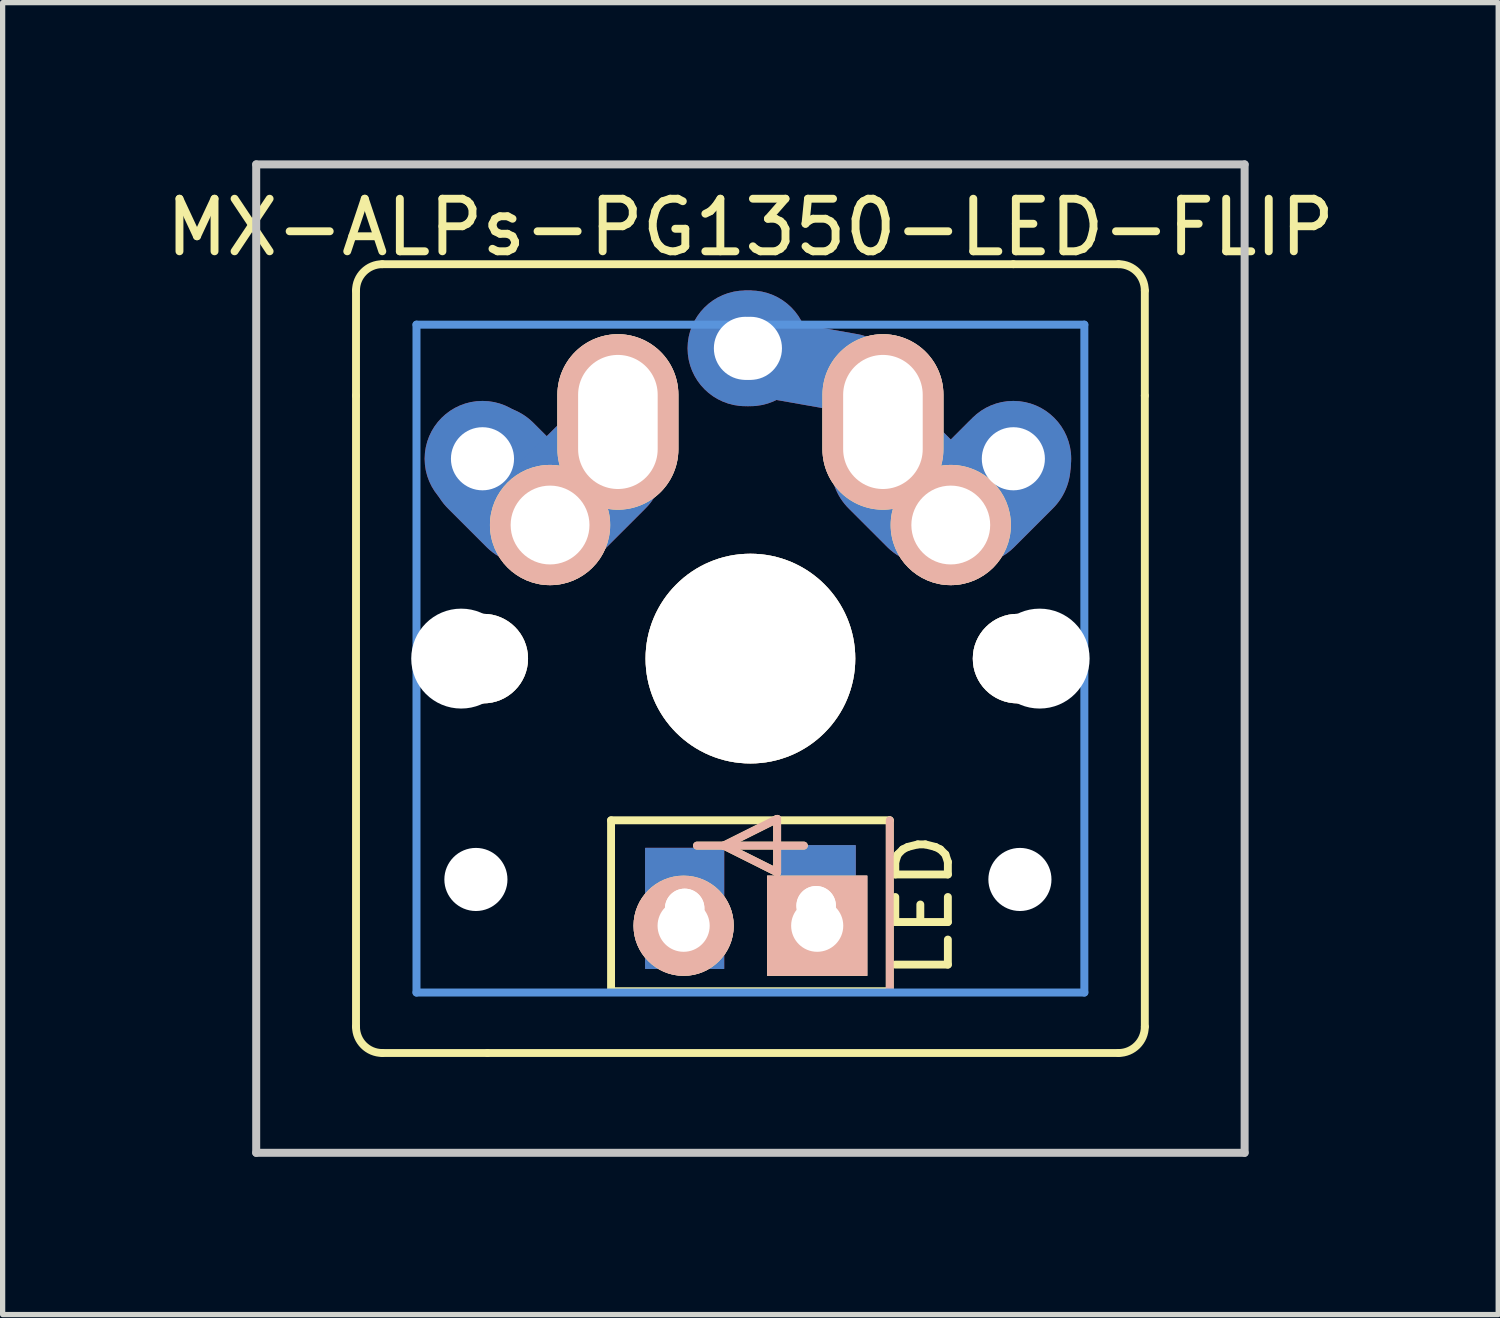
<source format=kicad_pcb>
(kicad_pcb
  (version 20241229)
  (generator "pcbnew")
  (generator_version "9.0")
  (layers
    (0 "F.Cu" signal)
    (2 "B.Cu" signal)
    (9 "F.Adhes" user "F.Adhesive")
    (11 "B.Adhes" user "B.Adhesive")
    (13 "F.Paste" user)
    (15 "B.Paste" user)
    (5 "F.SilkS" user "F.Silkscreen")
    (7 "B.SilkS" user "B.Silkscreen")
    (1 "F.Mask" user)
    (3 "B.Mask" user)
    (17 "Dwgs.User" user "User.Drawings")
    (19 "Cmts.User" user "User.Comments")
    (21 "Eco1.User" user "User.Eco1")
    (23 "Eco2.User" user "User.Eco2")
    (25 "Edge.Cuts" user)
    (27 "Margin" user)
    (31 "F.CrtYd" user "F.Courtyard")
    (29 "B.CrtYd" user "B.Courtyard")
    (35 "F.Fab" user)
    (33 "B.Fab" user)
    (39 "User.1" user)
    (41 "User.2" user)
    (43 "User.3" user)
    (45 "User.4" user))
  (footprint "MX-ALPs-PG1350-LED-FLIP"
    (layer "F.Cu")
    (at 11.22 9.474)
    (property "Reference" "MX-ALPs-PG1350-LED-FLIP" (at 0 -8.2 0) (layer "F.SilkS") (effects (font (size 1 1) (thickness 0.15))))
    (attr through_hole)
    (fp_line (start -7.5 -7) (end -7.5 -5) (stroke (width 0.15) (type solid)) (layer "F.SilkS"))
    (fp_line (start -7.5 7) (end -7.5 -5) (stroke (width 0.15) (type solid)) (layer "F.SilkS"))
    (fp_line (start -7 -7.5) (end 5 -7.5) (stroke (width 0.15) (type solid)) (layer "F.SilkS"))
    (fp_line (start -7 7.5) (end -5 7.5) (stroke (width 0.15) (type solid)) (layer "F.SilkS"))
    (fp_line (start -2.65 3.075) (end -2.65 6.325) (stroke (width 0.15) (type solid)) (layer "F.SilkS"))
    (fp_line (start -2.65 3.075) (end 2.65 3.075) (stroke (width 0.15) (type solid)) (layer "F.SilkS"))
    (fp_line (start -2.65 6.325) (end 2.65 6.325) (stroke (width 0.15) (type solid)) (layer "F.SilkS"))
    (fp_line (start -1.016 3.556) (end 1.016 3.556) (stroke (width 0.15) (type solid)) (layer "F.SilkS"))
    (fp_line (start -0.508 3.556) (end 0.508 3.048) (stroke (width 0.15) (type solid)) (layer "F.SilkS"))
    (fp_line (start 0.508 3.048) (end 0.508 4.064) (stroke (width 0.15) (type solid)) (layer "F.SilkS"))
    (fp_line (start 0.508 4.064) (end -0.508 3.556) (stroke (width 0.15) (type solid)) (layer "F.SilkS"))
    (fp_line (start 2.65 3.075) (end 2.65 6.325) (stroke (width 0.15) (type solid)) (layer "F.SilkS"))
    (fp_line (start 7 -7.5) (end 5 -7.5) (stroke (width 0.15) (type solid)) (layer "F.SilkS"))
    (fp_line (start 7 7.5) (end -5 7.5) (stroke (width 0.15) (type solid)) (layer "F.SilkS"))
    (fp_line (start 7.5 -7) (end 7.5 -5) (stroke (width 0.15) (type solid)) (layer "F.SilkS"))
    (fp_line (start 7.5 7) (end 7.5 -5) (stroke (width 0.15) (type solid)) (layer "F.SilkS"))
    (fp_arc (start -7.5 -7) (mid -7.353553 -7.353553) (end -7 -7.5) (stroke (width 0.15) (type solid)) (layer "F.SilkS"))
    (fp_arc (start -7 7.5) (mid -7.353553 7.353553) (end -7.5 7) (stroke (width 0.15) (type solid)) (layer "F.SilkS"))
    (fp_arc (start 7 -7.5) (mid 7.353553 -7.353553) (end 7.5 -7) (stroke (width 0.15) (type solid)) (layer "F.SilkS"))
    (fp_arc (start 7.5 7) (mid 7.353553 7.353553) (end 7 7.5) (stroke (width 0.15) (type solid)) (layer "F.SilkS"))
    (fp_line (start -1.016 3.556) (end 1.016 3.556) (stroke (width 0.15) (type solid)) (layer "B.SilkS"))
    (fp_line (start -0.508 3.556) (end 0.508 3.048) (stroke (width 0.15) (type solid)) (layer "B.SilkS"))
    (fp_line (start 0.508 3.048) (end 0.508 4.064) (stroke (width 0.15) (type solid)) (layer "B.SilkS"))
    (fp_line (start 0.508 4.064) (end -0.508 3.556) (stroke (width 0.15) (type solid)) (layer "B.SilkS"))
    (fp_line (start 2.65 3.075) (end 2.65 6.325) (stroke (width 0.15) (type solid)) (layer "B.SilkS"))
    (fp_line (start -9.398 -9.398) (end 9.398 -9.398) (stroke (width 0.152) (type solid)) (layer "Dwgs.User"))
    (fp_line (start -9.398 9.398) (end -9.398 -9.398) (stroke (width 0.152) (type solid)) (layer "Dwgs.User"))
    (fp_line (start 9.398 -9.398) (end 9.398 9.398) (stroke (width 0.152) (type solid)) (layer "Dwgs.User"))
    (fp_line (start 9.398 9.398) (end -9.398 9.398) (stroke (width 0.152) (type solid)) (layer "Dwgs.User"))
    (fp_line (start -6.35 -6.35) (end 6.35 -6.35) (stroke (width 0.152) (type solid)) (layer "Cmts.User"))
    (fp_line (start -6.35 6.35) (end -6.35 -6.35) (stroke (width 0.152) (type solid)) (layer "Cmts.User"))
    (fp_line (start 6.35 -6.35) (end 6.35 6.35) (stroke (width 0.152) (type solid)) (layer "Cmts.User"))
    (fp_line (start 6.35 6.35) (end -6.35 6.35) (stroke (width 0.152) (type solid)) (layer "Cmts.User"))
    (fp_line (start -7.798 -6.005) (end -6.985 -6.005) (stroke (width 0.152) (type solid)) (layer "Eco2.User"))
    (fp_line (start -7.798 -2.504) (end -7.798 -6.005) (stroke (width 0.152) (type solid)) (layer "Eco2.User"))
    (fp_line (start -7.798 2.504) (end -6.985 2.504) (stroke (width 0.152) (type solid)) (layer "Eco2.User"))
    (fp_line (start -7.798 6.005) (end -7.798 2.504) (stroke (width 0.152) (type solid)) (layer "Eco2.User"))
    (fp_line (start -6.985 -6.985) (end 6.985 -6.985) (stroke (width 0.152) (type solid)) (layer "Eco2.User"))
    (fp_line (start -6.985 -6.005) (end -6.985 -6.985) (stroke (width 0.152) (type solid)) (layer "Eco2.User"))
    (fp_line (start -6.985 -2.504) (end -7.798 -2.504) (stroke (width 0.152) (type solid)) (layer "Eco2.User"))
    (fp_line (start -6.985 2.504) (end -6.985 -2.504) (stroke (width 0.152) (type solid)) (layer "Eco2.User"))
    (fp_line (start -6.985 6.005) (end -7.798 6.005) (stroke (width 0.152) (type solid)) (layer "Eco2.User"))
    (fp_line (start -6.985 6.985) (end -6.985 6.005) (stroke (width 0.152) (type solid)) (layer "Eco2.User"))
    (fp_line (start 6.985 -6.985) (end 6.985 -6.005) (stroke (width 0.152) (type solid)) (layer "Eco2.User"))
    (fp_line (start 6.985 -6.005) (end 7.798 -6.005) (stroke (width 0.152) (type solid)) (layer "Eco2.User"))
    (fp_line (start 6.985 -2.504) (end 6.985 2.504) (stroke (width 0.152) (type solid)) (layer "Eco2.User"))
    (fp_line (start 6.985 2.504) (end 7.798 2.504) (stroke (width 0.152) (type solid)) (layer "Eco2.User"))
    (fp_line (start 6.985 6.005) (end 6.985 6.985) (stroke (width 0.152) (type solid)) (layer "Eco2.User"))
    (fp_line (start 6.985 6.985) (end -6.985 6.985) (stroke (width 0.152) (type solid)) (layer "Eco2.User"))
    (fp_line (start 7.798 -6.005) (end 7.798 -2.504) (stroke (width 0.152) (type solid)) (layer "Eco2.User"))
    (fp_line (start 7.798 -2.504) (end 6.985 -2.504) (stroke (width 0.152) (type solid)) (layer "Eco2.User"))
    (fp_line (start 7.798 2.504) (end 7.798 6.005) (stroke (width 0.152) (type solid)) (layer "Eco2.User"))
    (fp_line (start 7.798 6.005) (end 6.985 6.005) (stroke (width 0.152) (type solid)) (layer "Eco2.User"))
    (fp_text user "LED" (at 3.3 4.7 270) (layer "F.SilkS") (effects (font (size 1 1) (thickness 0.15))))
    (pad "" np_thru_hole circle (at -5.5 0 270) (size 1.9 1.9) (drill 1.9) (layers "*.Cu" "*.Mask"))
    (pad "" np_thru_hole circle (at -5.22 4.2 270) (size 1.2 1.2) (drill 1.2) (layers "*.Cu" "*.Mask"))
    (pad "" np_thru_hole circle (at -0.095 0 270) (size 3.4 3.4) (drill 3.4) (layers "*.Cu" "*.Mask"))
    (pad "" np_thru_hole circle (at 0 0 270) (size 3.4 3.4) (drill 3.4) (layers "*.Cu" "*.Mask"))
    (pad "" np_thru_hole circle (at 5.125 4.2 270) (size 1.2 1.2) (drill 1.2) (layers "*.Cu" "*.Mask"))
    (pad "" np_thru_hole circle (at 5.5 0 270) (size 1.9 1.9) (drill 1.9) (layers "*.Cu" "*.Mask"))
    (pad "1" thru_hole circle (at -0.095 -5.9 270) (size 2.2 2.2) (drill 1.2) (layers "*.Cu" "*.Mask"))
    (pad "1" thru_hole circle (at 0 -5.9 270) (size 2.2 2.2) (drill 1.2) (layers "*.Cu" "*.Mask"))
    (pad "1" thru_hole oval (at 2.52 -4.5) (size 2.3 3.337) (drill oval 1.513 2.55) (layers "*.Cu" "*.SilkS" "*.Mask"))
    (pad "1" thru_hole circle (at 3.81 -2.54) (size 2.286 2.286) (drill 1.499) (layers "*.Cu" "*.SilkS" "*.Mask"))
    (pad "1" thru_hole circle (at 5 -3.8 270) (size 2.2 2.2) (drill 1.2) (layers "*.Cu" "*.Mask"))
    (pad "2" thru_hole circle (at -5.095 -3.8 270) (size 2.2 2.2) (drill 1.2) (layers "*.Cu" "*.Mask"))
    (pad "2" thru_hole circle (at -3.81 -2.54) (size 2.286 2.286) (drill 1.499) (layers "*.Cu" "*.SilkS" "*.Mask"))
    (pad "2" thru_hole oval (at -2.52 -4.5) (size 2.3 3.337) (drill oval 1.513 2.55) (layers "*.Cu" "*.SilkS" "*.Mask"))
    (pad "3" thru_hole circle (at -1.27 5.08) (size 1.905 1.905) (drill 0.991) (layers "*.Cu" "*.SilkS" "*.Mask"))
    (pad "3" thru_hole rect (at -1.25 4.75 270) (size 2.3 1.5) (drill 0.75) (layers "*.Cu" "*.Mask"))
    (pad "3" thru_hole rect (at -1.25 4.75 270) (size 2.3 1.5) (drill 0.75) (layers "*.Cu" "*.Mask"))
    (pad "4" thru_hole rect (at 1.25 4.7 270) (size 2.3 1.5) (drill 0.75) (layers "*.Cu" "*.Mask"))
    (pad "4" thru_hole rect (at 1.25 4.7 270) (size 2.3 1.5) (drill 0.75) (layers "*.Cu" "*.Mask"))
    (pad "4" thru_hole rect (at 1.27 5.08) (size 1.905 1.905) (drill 0.991) (layers "*.Cu" "*.SilkS" "*.Mask"))
    (pad "HOLE" thru_hole circle (at -5.08 0) (size 1.702 1.702) (drill 1.702) (layers "*.Cu" "*.Mask" "F.SilkS"))
    (pad "HOLE" thru_hole circle (at 0 0) (size 3.988 3.988) (drill 3.988) (layers "*.Cu" "*.Mask" "F.SilkS"))
    (pad "HOLE" thru_hole circle (at 5.08 0) (size 1.702 1.702) (drill 1.702) (layers "*.Cu" "*.Mask" "F.SilkS"))
    (pad "~" connect oval (at -4.572 -3.302 225) (size 2.3 3.337) (layers "F.Cu" "F.Mask"))
    (pad "~" connect oval (at -4.572 -3.302 225) (size 2.3 3.337) (layers "F.Mask" "B.Cu"))
    (pad "~" connect oval (at -3.175 -3.302 135) (size 2.3 3.337) (layers "F.Cu" "F.Mask"))
    (pad "~" connect oval (at -3.175 -3.302 135) (size 2.3 3.337) (layers "F.Mask" "B.Cu"))
    (pad "~" connect oval (at 1.016 -5.588 260) (size 1.5 3.337) (layers "F.Cu" "F.Mask"))
    (pad "~" connect oval (at 1.016 -5.588 260) (size 1.5 3.337) (layers "F.Mask" "B.Cu"))
    (pad "~" connect oval (at 3.048 -3.302 225) (size 2.3 3.337) (layers "F.Cu" "F.Mask"))
    (pad "~" connect oval (at 3.048 -3.302 225) (size 2.3 3.337) (layers "F.Mask" "B.Cu"))
    (pad "~" connect oval (at 4.572 -3.302 315) (size 2.3 3.337) (layers "F.Cu" "F.Mask"))
    (pad "~" connect oval (at 4.572 -3.302 315) (size 2.3 3.337) (layers "F.Mask" "B.Cu")))
  (gr_rect
    (start -3 -3)
    (end 25.44 21.948)
    (stroke (width 0.1) (type default))
    (fill no)
    (layer "Edge.Cuts")))
</source>
